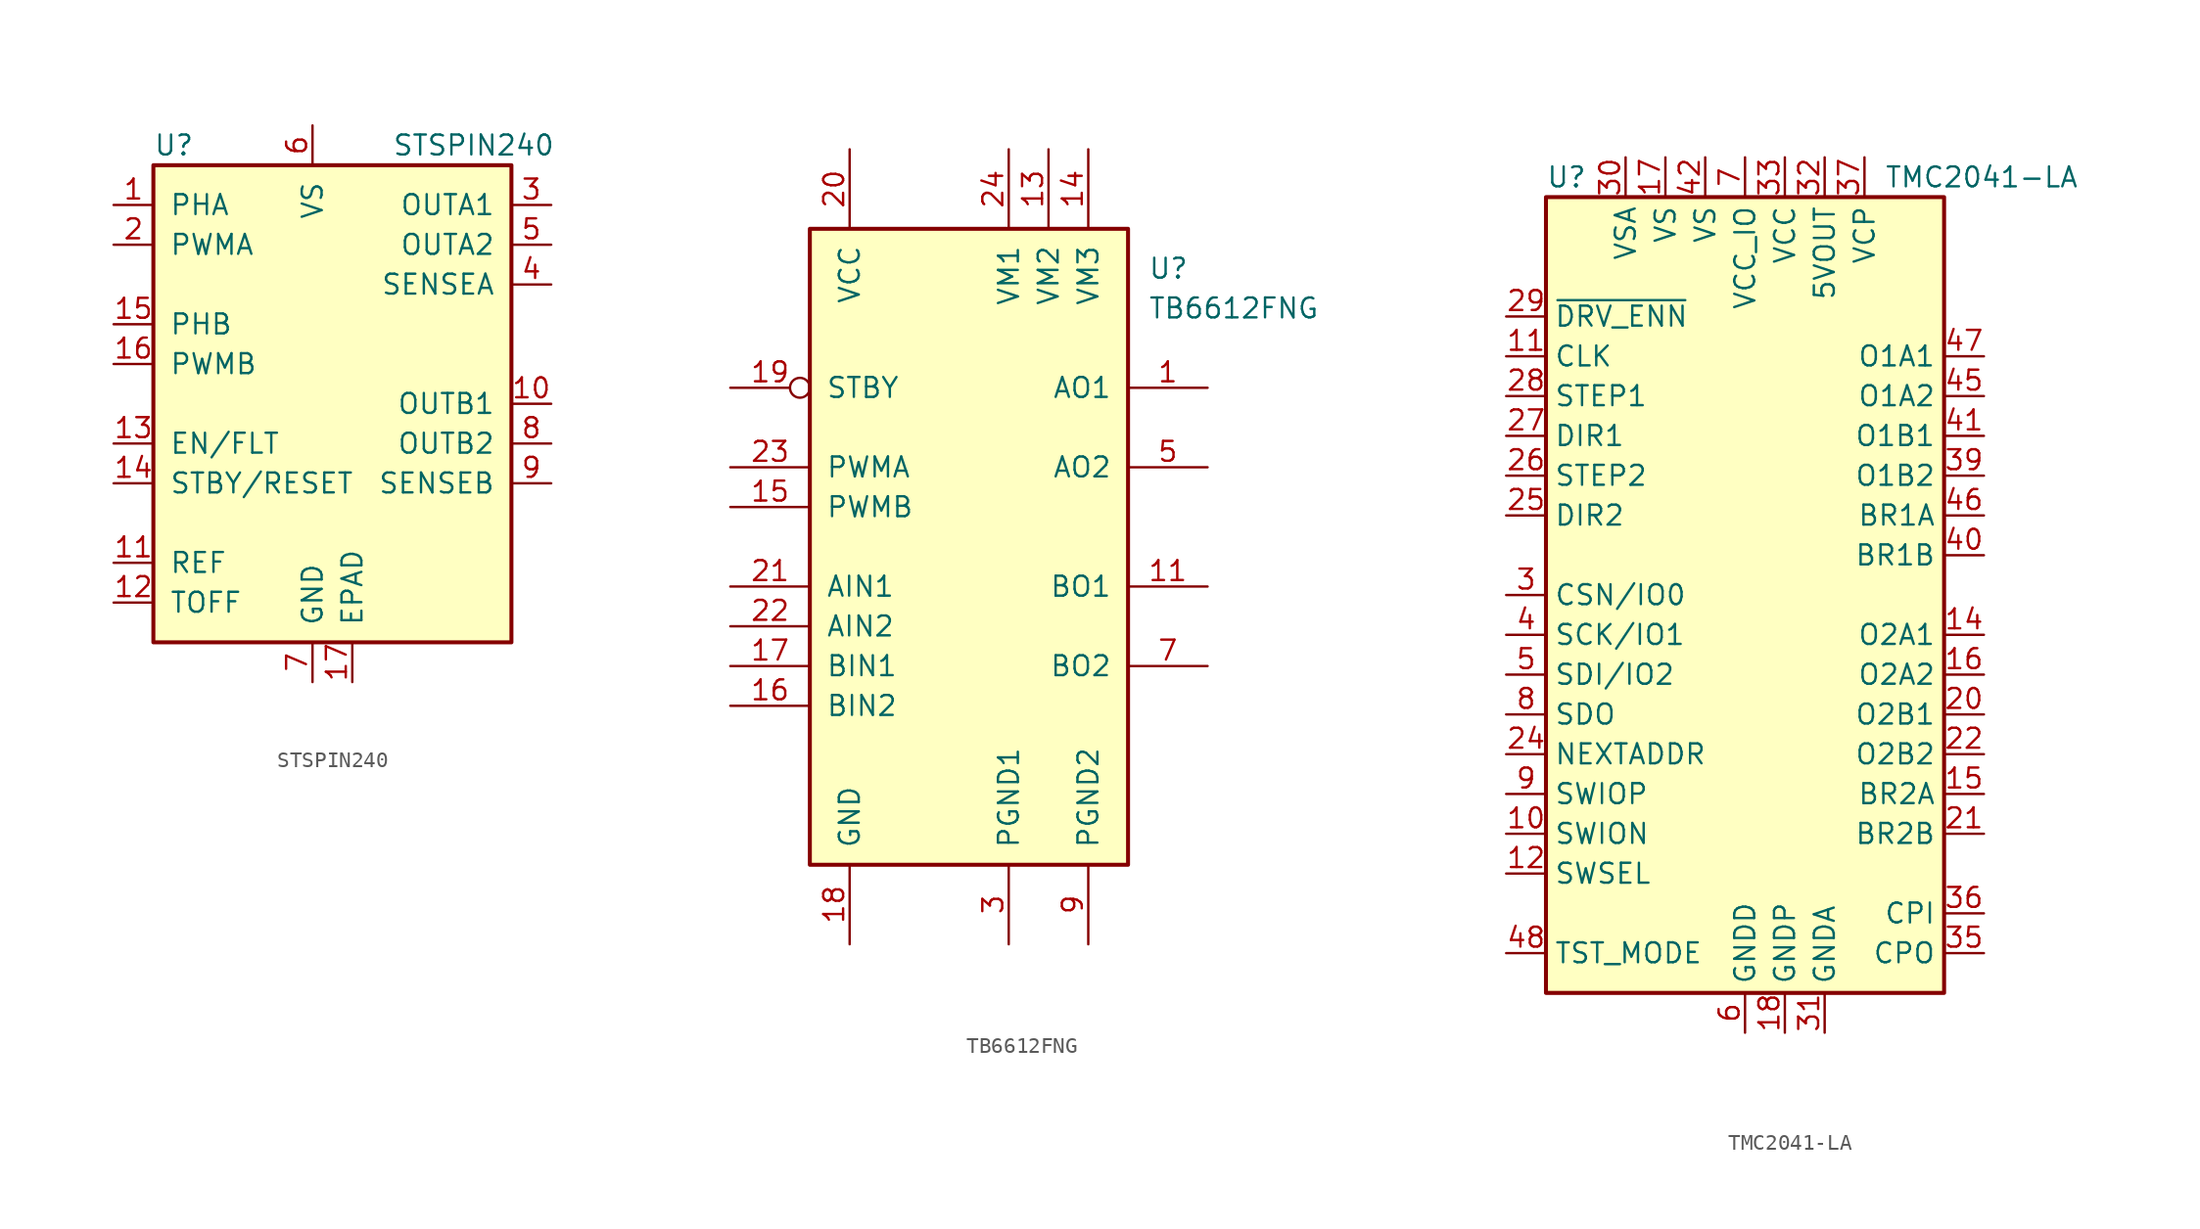
<source format=kicad_sym>
(kicad_symbol_lib
  (version 20211014)
  (generator kicad_symbol_editor)
  (symbol "STSPIN240"
    (pin_names
      (offset 1.016))
    (property "Reference" "U"
      (at -10.16 16.51 0)
      (effects (font (size 1.27 1.27)) (justify left)))
    (property "Value" "STSPIN240"
      (at 5.08 16.51 0)
      (effects (font (size 1.27 1.27)) (justify left)))
    (symbol "STSPIN240_0_1"
      (rectangle (start -10.16 15.24) (end 12.7 -15.24) (stroke (width 0.254) (type default) (color 0 0 0 0)) (fill (type background))))
    (symbol "STSPIN240_1_1"
      (pin input line (at -12.7 12.7 0) (length 2.54) (name "PHA" (effects (font (size 1.27 1.27)))) (number "1" (effects (font (size 1.27 1.27)))))
      (pin power_out line (at 15.24 0 180) (length 2.54) (name "OUTB1" (effects (font (size 1.27 1.27)))) (number "10" (effects (font (size 1.27 1.27)))))
      (pin input line (at -12.7 -10.16 0) (length 2.54) (name "REF" (effects (font (size 1.27 1.27)))) (number "11" (effects (font (size 1.27 1.27)))))
      (pin input line (at -12.7 -12.7 0) (length 2.54) (name "TOFF" (effects (font (size 1.27 1.27)))) (number "12" (effects (font (size 1.27 1.27)))))
      (pin bidirectional line (at -12.7 -2.54 0) (length 2.54) (name "EN/FLT" (effects (font (size 1.27 1.27)))) (number "13" (effects (font (size 1.27 1.27)))))
      (pin input line (at -12.7 -5.08 0) (length 2.54) (name "STBY/RESET" (effects (font (size 1.27 1.27)))) (number "14" (effects (font (size 1.27 1.27)))))
      (pin input line (at -12.7 5.08 0) (length 2.54) (name "PHB" (effects (font (size 1.27 1.27)))) (number "15" (effects (font (size 1.27 1.27)))))
      (pin input line (at -12.7 2.54 0) (length 2.54) (name "PWMB" (effects (font (size 1.27 1.27)))) (number "16" (effects (font (size 1.27 1.27)))))
      (pin power_in line (at 2.54 -17.78 90) (length 2.54) (name "EPAD" (effects (font (size 1.27 1.27)))) (number "17" (effects (font (size 1.27 1.27)))))
      (pin input line (at -12.7 10.16 0) (length 2.54) (name "PWMA" (effects (font (size 1.27 1.27)))) (number "2" (effects (font (size 1.27 1.27)))))
      (pin power_out line (at 15.24 12.7 180) (length 2.54) (name "OUTA1" (effects (font (size 1.27 1.27)))) (number "3" (effects (font (size 1.27 1.27)))))
      (pin power_out line (at 15.24 7.62 180) (length 2.54) (name "SENSEA" (effects (font (size 1.27 1.27)))) (number "4" (effects (font (size 1.27 1.27)))))
      (pin power_out line (at 15.24 10.16 180) (length 2.54) (name "OUTA2" (effects (font (size 1.27 1.27)))) (number "5" (effects (font (size 1.27 1.27)))))
      (pin power_in line (at 0 17.78 270) (length 2.54) (name "VS" (effects (font (size 1.27 1.27)))) (number "6" (effects (font (size 1.27 1.27)))))
      (pin power_in line (at 0 -17.78 90) (length 2.54) (name "GND" (effects (font (size 1.27 1.27)))) (number "7" (effects (font (size 1.27 1.27)))))
      (pin power_out line (at 15.24 -2.54 180) (length 2.54) (name "OUTB2" (effects (font (size 1.27 1.27)))) (number "8" (effects (font (size 1.27 1.27)))))
      (pin power_out line (at 15.24 -5.08 180) (length 2.54) (name "SENSEB" (effects (font (size 1.27 1.27)))) (number "9" (effects (font (size 1.27 1.27)))))))
  (symbol "TB6612FNG"
    (pin_names
      (offset 1.016))
    (property "Reference" "U"
      (at 11.43 17.78 0)
      (effects (font (size 1.27 1.27)) (justify left)))
    (property "Value" "TB6612FNG"
      (at 11.43 15.24 0)
      (effects (font (size 1.27 1.27)) (justify left)))
    (symbol "TB6612FNG_0_1"
      (rectangle (start -10.16 20.32) (end 10.16 -20.32) (stroke (width 0.254) (type default) (color 0 0 0 0)) (fill (type background))))
    (symbol "TB6612FNG_1_1"
      (pin output line (at 15.24 10.16 180) (length 5.08) (name "AO1" (effects (font (size 1.27 1.27)))) (number "1" (effects (font (size 1.27 1.27)))))
      (pin passive line (at 7.62 -25.4 90) (length 5.08) hide (name "PGND2" (effects (font (size 1.27 1.27)))) (number "10" (effects (font (size 1.27 1.27)))))
      (pin output line (at 15.24 -2.54 180) (length 5.08) (name "BO1" (effects (font (size 1.27 1.27)))) (number "11" (effects (font (size 1.27 1.27)))))
      (pin passive line (at 15.24 -2.54 180) (length 5.08) hide (name "BO1" (effects (font (size 1.27 1.27)))) (number "12" (effects (font (size 1.27 1.27)))))
      (pin power_in line (at 5.08 25.4 270) (length 5.08) (name "VM2" (effects (font (size 1.27 1.27)))) (number "13" (effects (font (size 1.27 1.27)))))
      (pin power_in line (at 7.62 25.4 270) (length 5.08) (name "VM3" (effects (font (size 1.27 1.27)))) (number "14" (effects (font (size 1.27 1.27)))))
      (pin input line (at -15.24 2.54 0) (length 5.08) (name "PWMB" (effects (font (size 1.27 1.27)))) (number "15" (effects (font (size 1.27 1.27)))))
      (pin input line (at -15.24 -10.16 0) (length 5.08) (name "BIN2" (effects (font (size 1.27 1.27)))) (number "16" (effects (font (size 1.27 1.27)))))
      (pin input line (at -15.24 -7.62 0) (length 5.08) (name "BIN1" (effects (font (size 1.27 1.27)))) (number "17" (effects (font (size 1.27 1.27)))))
      (pin power_in line (at -7.62 -25.4 90) (length 5.08) (name "GND" (effects (font (size 1.27 1.27)))) (number "18" (effects (font (size 1.27 1.27)))))
      (pin input inverted (at -15.24 10.16 0) (length 5.08) (name "STBY" (effects (font (size 1.27 1.27)))) (number "19" (effects (font (size 1.27 1.27)))))
      (pin passive line (at 15.24 10.16 180) (length 5.08) hide (name "AO1" (effects (font (size 1.27 1.27)))) (number "2" (effects (font (size 1.27 1.27)))))
      (pin power_in line (at -7.62 25.4 270) (length 5.08) (name "VCC" (effects (font (size 1.27 1.27)))) (number "20" (effects (font (size 1.27 1.27)))))
      (pin input line (at -15.24 -2.54 0) (length 5.08) (name "AIN1" (effects (font (size 1.27 1.27)))) (number "21" (effects (font (size 1.27 1.27)))))
      (pin input line (at -15.24 -5.08 0) (length 5.08) (name "AIN2" (effects (font (size 1.27 1.27)))) (number "22" (effects (font (size 1.27 1.27)))))
      (pin input line (at -15.24 5.08 0) (length 5.08) (name "PWMA" (effects (font (size 1.27 1.27)))) (number "23" (effects (font (size 1.27 1.27)))))
      (pin power_in line (at 2.54 25.4 270) (length 5.08) (name "VM1" (effects (font (size 1.27 1.27)))) (number "24" (effects (font (size 1.27 1.27)))))
      (pin power_in line (at 2.54 -25.4 90) (length 5.08) (name "PGND1" (effects (font (size 1.27 1.27)))) (number "3" (effects (font (size 1.27 1.27)))))
      (pin passive line (at 2.54 -25.4 90) (length 5.08) hide (name "PGND1" (effects (font (size 1.27 1.27)))) (number "4" (effects (font (size 1.27 1.27)))))
      (pin output line (at 15.24 5.08 180) (length 5.08) (name "AO2" (effects (font (size 1.27 1.27)))) (number "5" (effects (font (size 1.27 1.27)))))
      (pin passive line (at 15.24 5.08 180) (length 5.08) hide (name "AO2" (effects (font (size 1.27 1.27)))) (number "6" (effects (font (size 1.27 1.27)))))
      (pin output line (at 15.24 -7.62 180) (length 5.08) (name "BO2" (effects (font (size 1.27 1.27)))) (number "7" (effects (font (size 1.27 1.27)))))
      (pin passive line (at 15.24 -7.62 180) (length 5.08) hide (name "BO2" (effects (font (size 1.27 1.27)))) (number "8" (effects (font (size 1.27 1.27)))))
      (pin power_in line (at 7.62 -25.4 90) (length 5.08) (name "PGND2" (effects (font (size 1.27 1.27)))) (number "9" (effects (font (size 1.27 1.27)))))))
  (symbol "TMC2041-LA"
    (property "Reference" "U"
      (at -12.7 26.67 0)
      (effects (font (size 1.27 1.27)) (justify left)))
    (property "Value" "TMC2041-LA"
      (at 8.89 26.67 0)
      (effects (font (size 1.27 1.27)) (justify left)))
    (symbol "TMC2041-LA_0_1"
      (rectangle (start -12.7 25.4) (end 12.7 -25.4) (stroke (width 0.254) (type default) (color 0 0 0 0)) (fill (type background))))
    (symbol "TMC2041-LA_1_1"
      (pin passive line (at 0 -27.94 90) (length 2.54) hide (name "GNDD" (effects (font (size 1.27 1.27)))) (number "1" (effects (font (size 1.27 1.27)))))
      (pin bidirectional line (at -15.24 -15.24 0) (length 2.54) (name "SWION" (effects (font (size 1.27 1.27)))) (number "10" (effects (font (size 1.27 1.27)))))
      (pin input line (at -15.24 15.24 0) (length 2.54) (name "CLK" (effects (font (size 1.27 1.27)))) (number "11" (effects (font (size 1.27 1.27)))))
      (pin input line (at -15.24 -17.78 0) (length 2.54) (name "SWSEL" (effects (font (size 1.27 1.27)))) (number "12" (effects (font (size 1.27 1.27)))))
      (pin passive line (at 0 -27.94 90) (length 2.54) hide (name "GNDD" (effects (font (size 1.27 1.27)))) (number "13" (effects (font (size 1.27 1.27)))))
      (pin output line (at 15.24 -2.54 180) (length 2.54) (name "O2A1" (effects (font (size 1.27 1.27)))) (number "14" (effects (font (size 1.27 1.27)))))
      (pin passive line (at 15.24 -12.7 180) (length 2.54) (name "BR2A" (effects (font (size 1.27 1.27)))) (number "15" (effects (font (size 1.27 1.27)))))
      (pin output line (at 15.24 -5.08 180) (length 2.54) (name "O2A2" (effects (font (size 1.27 1.27)))) (number "16" (effects (font (size 1.27 1.27)))))
      (pin power_in line (at -5.08 27.94 270) (length 2.54) (name "VS" (effects (font (size 1.27 1.27)))) (number "17" (effects (font (size 1.27 1.27)))))
      (pin power_in line (at 2.54 -27.94 90) (length 2.54) (name "GNDP" (effects (font (size 1.27 1.27)))) (number "18" (effects (font (size 1.27 1.27)))))
      (pin passive line (at -5.08 27.94 270) (length 2.54) hide (name "VS" (effects (font (size 1.27 1.27)))) (number "19" (effects (font (size 1.27 1.27)))))
      (pin passive line (at 0 -27.94 90) (length 2.54) hide (name "GNDD" (effects (font (size 1.27 1.27)))) (number "2" (effects (font (size 1.27 1.27)))))
      (pin output line (at 15.24 -7.62 180) (length 2.54) (name "O2B1" (effects (font (size 1.27 1.27)))) (number "20" (effects (font (size 1.27 1.27)))))
      (pin passive line (at 15.24 -15.24 180) (length 2.54) (name "BR2B" (effects (font (size 1.27 1.27)))) (number "21" (effects (font (size 1.27 1.27)))))
      (pin output line (at 15.24 -10.16 180) (length 2.54) (name "O2B2" (effects (font (size 1.27 1.27)))) (number "22" (effects (font (size 1.27 1.27)))))
      (pin passive line (at 0 -27.94 90) (length 2.54) hide (name "GNDD" (effects (font (size 1.27 1.27)))) (number "23" (effects (font (size 1.27 1.27)))))
      (pin input line (at -15.24 -10.16 0) (length 2.54) (name "NEXTADDR" (effects (font (size 1.27 1.27)))) (number "24" (effects (font (size 1.27 1.27)))))
      (pin input line (at -15.24 5.08 0) (length 2.54) (name "DIR2" (effects (font (size 1.27 1.27)))) (number "25" (effects (font (size 1.27 1.27)))))
      (pin input line (at -15.24 7.62 0) (length 2.54) (name "STEP2" (effects (font (size 1.27 1.27)))) (number "26" (effects (font (size 1.27 1.27)))))
      (pin input line (at -15.24 10.16 0) (length 2.54) (name "DIR1" (effects (font (size 1.27 1.27)))) (number "27" (effects (font (size 1.27 1.27)))))
      (pin input line (at -15.24 12.7 0) (length 2.54) (name "STEP1" (effects (font (size 1.27 1.27)))) (number "28" (effects (font (size 1.27 1.27)))))
      (pin input line (at -15.24 17.78 0) (length 2.54) (name "~{DRV_ENN}" (effects (font (size 1.27 1.27)))) (number "29" (effects (font (size 1.27 1.27)))))
      (pin bidirectional line (at -15.24 0 0) (length 2.54) (name "CSN/IO0" (effects (font (size 1.27 1.27)))) (number "3" (effects (font (size 1.27 1.27)))))
      (pin power_in line (at -7.62 27.94 270) (length 2.54) (name "VSA" (effects (font (size 1.27 1.27)))) (number "30" (effects (font (size 1.27 1.27)))))
      (pin power_in line (at 5.08 -27.94 90) (length 2.54) (name "GNDA" (effects (font (size 1.27 1.27)))) (number "31" (effects (font (size 1.27 1.27)))))
      (pin power_out line (at 5.08 27.94 270) (length 2.54) (name "5VOUT" (effects (font (size 1.27 1.27)))) (number "32" (effects (font (size 1.27 1.27)))))
      (pin power_in line (at 2.54 27.94 270) (length 2.54) (name "VCC" (effects (font (size 1.27 1.27)))) (number "33" (effects (font (size 1.27 1.27)))))
      (pin passive line (at 0 -27.94 90) (length 2.54) hide (name "GNDD" (effects (font (size 1.27 1.27)))) (number "34" (effects (font (size 1.27 1.27)))))
      (pin passive line (at 15.24 -22.86 180) (length 2.54) (name "CPO" (effects (font (size 1.27 1.27)))) (number "35" (effects (font (size 1.27 1.27)))))
      (pin passive line (at 15.24 -20.32 180) (length 2.54) (name "CPI" (effects (font (size 1.27 1.27)))) (number "36" (effects (font (size 1.27 1.27)))))
      (pin passive line (at 7.62 27.94 270) (length 2.54) (name "VCP" (effects (font (size 1.27 1.27)))) (number "37" (effects (font (size 1.27 1.27)))))
      (pin passive line (at 0 -27.94 90) (length 2.54) hide (name "GNDD" (effects (font (size 1.27 1.27)))) (number "38" (effects (font (size 1.27 1.27)))))
      (pin output line (at 15.24 7.62 180) (length 2.54) (name "O1B2" (effects (font (size 1.27 1.27)))) (number "39" (effects (font (size 1.27 1.27)))))
      (pin bidirectional line (at -15.24 -2.54 0) (length 2.54) (name "SCK/IO1" (effects (font (size 1.27 1.27)))) (number "4" (effects (font (size 1.27 1.27)))))
      (pin passive line (at 15.24 2.54 180) (length 2.54) (name "BR1B" (effects (font (size 1.27 1.27)))) (number "40" (effects (font (size 1.27 1.27)))))
      (pin output line (at 15.24 10.16 180) (length 2.54) (name "O1B1" (effects (font (size 1.27 1.27)))) (number "41" (effects (font (size 1.27 1.27)))))
      (pin power_in line (at -2.54 27.94 270) (length 2.54) (name "VS" (effects (font (size 1.27 1.27)))) (number "42" (effects (font (size 1.27 1.27)))))
      (pin passive line (at 2.54 -27.94 90) (length 2.54) hide (name "GNDP" (effects (font (size 1.27 1.27)))) (number "43" (effects (font (size 1.27 1.27)))))
      (pin passive line (at -2.54 27.94 270) (length 2.54) hide (name "VS" (effects (font (size 1.27 1.27)))) (number "44" (effects (font (size 1.27 1.27)))))
      (pin output line (at 15.24 12.7 180) (length 2.54) (name "O1A2" (effects (font (size 1.27 1.27)))) (number "45" (effects (font (size 1.27 1.27)))))
      (pin passive line (at 15.24 5.08 180) (length 2.54) (name "BR1A" (effects (font (size 1.27 1.27)))) (number "46" (effects (font (size 1.27 1.27)))))
      (pin output line (at 15.24 15.24 180) (length 2.54) (name "O1A1" (effects (font (size 1.27 1.27)))) (number "47" (effects (font (size 1.27 1.27)))))
      (pin input line (at -15.24 -22.86 0) (length 2.54) (name "TST_MODE" (effects (font (size 1.27 1.27)))) (number "48" (effects (font (size 1.27 1.27)))))
      (pin passive line (at 0 -27.94 90) (length 2.54) hide (name "GNDD" (effects (font (size 1.27 1.27)))) (number "49" (effects (font (size 1.27 1.27)))))
      (pin bidirectional line (at -15.24 -5.08 0) (length 2.54) (name "SDI/IO2" (effects (font (size 1.27 1.27)))) (number "5" (effects (font (size 1.27 1.27)))))
      (pin power_in line (at 0 -27.94 90) (length 2.54) (name "GNDD" (effects (font (size 1.27 1.27)))) (number "6" (effects (font (size 1.27 1.27)))))
      (pin power_in line (at 0 27.94 270) (length 2.54) (name "VCC_IO" (effects (font (size 1.27 1.27)))) (number "7" (effects (font (size 1.27 1.27)))))
      (pin bidirectional line (at -15.24 -7.62 0) (length 2.54) (name "SDO" (effects (font (size 1.27 1.27)))) (number "8" (effects (font (size 1.27 1.27)))))
      (pin bidirectional line (at -15.24 -12.7 0) (length 2.54) (name "SWIOP" (effects (font (size 1.27 1.27)))) (number "9" (effects (font (size 1.27 1.27))))))))
</source>
